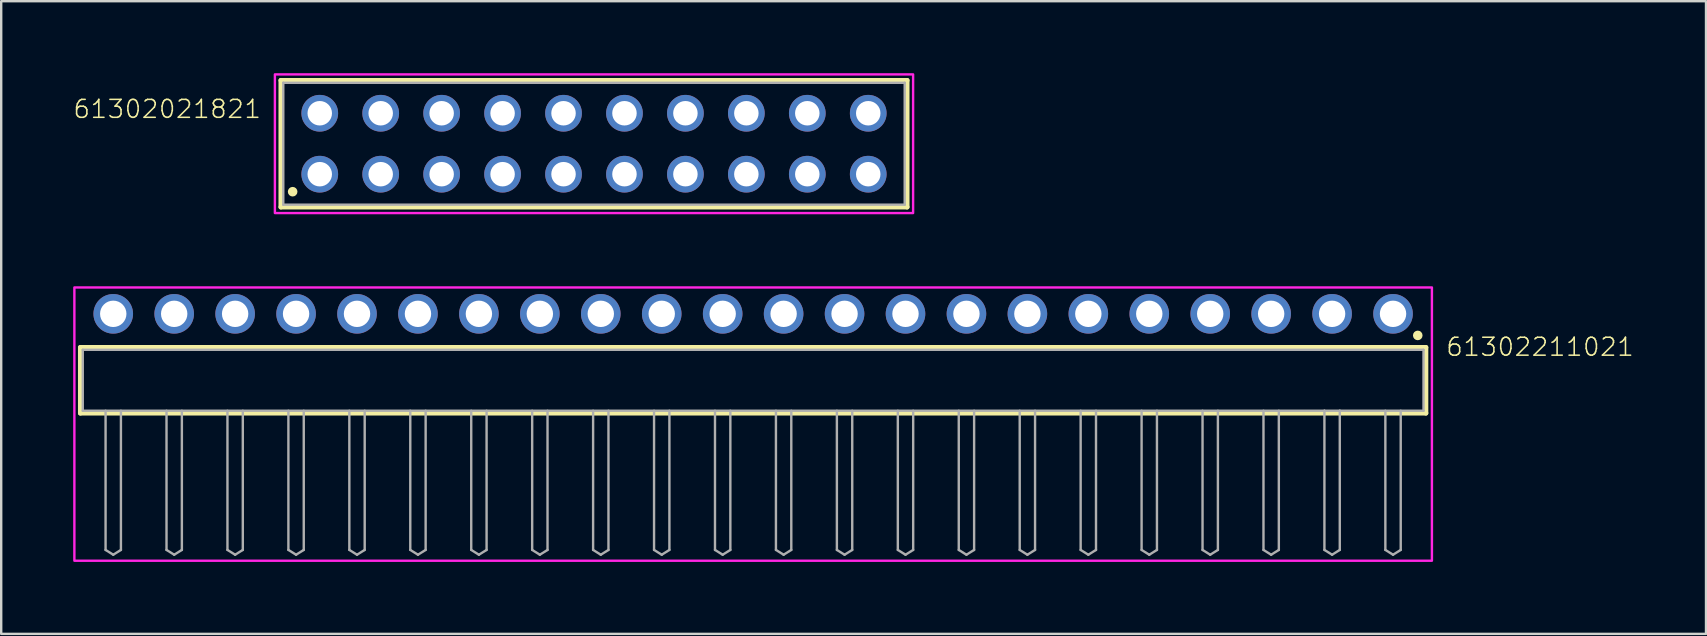
<source format=kicad_pcb>
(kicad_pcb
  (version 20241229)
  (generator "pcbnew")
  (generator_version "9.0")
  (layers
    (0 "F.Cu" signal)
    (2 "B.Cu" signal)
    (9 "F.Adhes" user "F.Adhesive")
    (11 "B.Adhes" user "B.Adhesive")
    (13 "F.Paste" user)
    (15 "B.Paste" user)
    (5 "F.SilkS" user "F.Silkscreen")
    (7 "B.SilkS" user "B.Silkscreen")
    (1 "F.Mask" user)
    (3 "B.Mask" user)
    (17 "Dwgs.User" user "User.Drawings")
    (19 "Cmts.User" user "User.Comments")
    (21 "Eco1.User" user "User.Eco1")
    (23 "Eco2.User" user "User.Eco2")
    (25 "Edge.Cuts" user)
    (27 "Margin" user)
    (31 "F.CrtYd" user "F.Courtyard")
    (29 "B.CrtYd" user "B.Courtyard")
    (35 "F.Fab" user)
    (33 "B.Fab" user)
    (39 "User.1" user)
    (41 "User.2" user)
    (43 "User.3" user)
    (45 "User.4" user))
  (footprint "61302021821"
    (layer "F.Cu")
    (at 21.707 2.94)
    (property "Reference" "61302021821" (at -13.828 -1.006 0) (unlocked yes) (layer "F.SilkS") (effects (font (size 0.748 0.748) (thickness 0.065)) (justify right bottom)))
    (fp_line (start -13.05 -2.64) (end 13.05 -2.64) (stroke (width 0.2) (type solid)) (layer "F.SilkS"))
    (fp_line (start -13.05 2.64) (end -13.05 -2.64) (stroke (width 0.2) (type solid)) (layer "F.SilkS"))
    (fp_line (start 13.05 -2.64) (end 13.05 2.64) (stroke (width 0.2) (type solid)) (layer "F.SilkS"))
    (fp_line (start 13.05 2.64) (end -13.05 2.64) (stroke (width 0.2) (type solid)) (layer "F.SilkS"))
    (fp_circle (center -12.56 2) (end -12.46 2) (stroke (width 0.2) (type solid)) (fill no) (layer "F.SilkS"))
    (fp_poly (pts (xy 13.3 2.89) (xy -13.3 2.89) (xy -13.3 -2.89) (xy 13.3 -2.89)) (stroke (width 0.1) (type default)) (fill no) (layer "F.CrtYd"))
    (fp_line (start -12.95 -2.54) (end -12.95 2.54) (stroke (width 0.1) (type solid)) (layer "F.Fab"))
    (fp_line (start -12.95 2.54) (end 12.95 2.54) (stroke (width 0.1) (type solid)) (layer "F.Fab"))
    (fp_line (start 12.95 -2.54) (end -12.95 -2.54) (stroke (width 0.1) (type solid)) (layer "F.Fab"))
    (fp_line (start 12.95 2.54) (end 12.95 -2.54) (stroke (width 0.1) (type solid)) (layer "F.Fab"))
    (pad "1" thru_hole circle (at -11.43 1.27) (size 1.53 1.53) (drill 1.02) (layers "*.Cu" "*.Mask"))
    (pad "2" thru_hole circle (at -11.43 -1.27) (size 1.53 1.53) (drill 1.02) (layers "*.Cu" "*.Mask"))
    (pad "3" thru_hole circle (at -8.89 1.27) (size 1.53 1.53) (drill 1.02) (layers "*.Cu" "*.Mask"))
    (pad "4" thru_hole circle (at -8.89 -1.27) (size 1.53 1.53) (drill 1.02) (layers "*.Cu" "*.Mask"))
    (pad "5" thru_hole circle (at -6.35 1.27) (size 1.53 1.53) (drill 1.02) (layers "*.Cu" "*.Mask"))
    (pad "6" thru_hole circle (at -6.35 -1.27) (size 1.53 1.53) (drill 1.02) (layers "*.Cu" "*.Mask"))
    (pad "7" thru_hole circle (at -3.81 1.27) (size 1.53 1.53) (drill 1.02) (layers "*.Cu" "*.Mask"))
    (pad "8" thru_hole circle (at -3.81 -1.27) (size 1.53 1.53) (drill 1.02) (layers "*.Cu" "*.Mask"))
    (pad "9" thru_hole circle (at -1.27 1.27) (size 1.53 1.53) (drill 1.02) (layers "*.Cu" "*.Mask"))
    (pad "10" thru_hole circle (at -1.27 -1.27) (size 1.53 1.53) (drill 1.02) (layers "*.Cu" "*.Mask"))
    (pad "11" thru_hole circle (at 1.27 1.27) (size 1.53 1.53) (drill 1.02) (layers "*.Cu" "*.Mask"))
    (pad "12" thru_hole circle (at 1.27 -1.27) (size 1.53 1.53) (drill 1.02) (layers "*.Cu" "*.Mask"))
    (pad "13" thru_hole circle (at 3.81 1.27) (size 1.53 1.53) (drill 1.02) (layers "*.Cu" "*.Mask"))
    (pad "14" thru_hole circle (at 3.81 -1.27) (size 1.53 1.53) (drill 1.02) (layers "*.Cu" "*.Mask"))
    (pad "15" thru_hole circle (at 6.35 1.27) (size 1.53 1.53) (drill 1.02) (layers "*.Cu" "*.Mask"))
    (pad "16" thru_hole circle (at 6.35 -1.27) (size 1.53 1.53) (drill 1.02) (layers "*.Cu" "*.Mask"))
    (pad "17" thru_hole circle (at 8.89 1.27) (size 1.53 1.53) (drill 1.02) (layers "*.Cu" "*.Mask"))
    (pad "18" thru_hole circle (at 8.89 -1.27) (size 1.53 1.53) (drill 1.02) (layers "*.Cu" "*.Mask"))
    (pad "19" thru_hole circle (at 11.43 1.27) (size 1.53 1.53) (drill 1.02) (layers "*.Cu" "*.Mask"))
    (pad "20" thru_hole circle (at 11.43 -1.27) (size 1.53 1.53) (drill 1.02) (layers "*.Cu" "*.Mask")))
  (footprint "61302211021"
    (layer "F.Cu")
    (at 28.34 12.8)
    (property "Reference" "61302211021" (at 28.835 -0.952 0) (unlocked yes) (layer "F.SilkS") (effects (font (size 0.748 0.748) (thickness 0.065)) (justify left bottom)))
    (fp_line (start -28.04 -1.37) (end 28.04 -1.37) (stroke (width 0.2) (type solid)) (layer "F.SilkS"))
    (fp_line (start -28.04 1.37) (end -28.04 -1.37) (stroke (width 0.2) (type solid)) (layer "F.SilkS"))
    (fp_line (start 28.04 -1.37) (end 28.04 1.37) (stroke (width 0.2) (type solid)) (layer "F.SilkS"))
    (fp_line (start 28.04 1.37) (end -28.04 1.37) (stroke (width 0.2) (type solid)) (layer "F.SilkS"))
    (fp_circle (center 27.7 -1.87) (end 27.8 -1.87) (stroke (width 0.2) (type solid)) (fill no) (layer "F.SilkS"))
    (fp_poly (pts (xy 28.29 7.52) (xy -28.29 7.52) (xy -28.29 -3.87) (xy 28.29 -3.87)) (stroke (width 0.1) (type default)) (fill no) (layer "F.CrtYd"))
    (fp_line (start -27.94 -1.27) (end 27.94 -1.27) (stroke (width 0.1) (type solid)) (layer "F.Fab"))
    (fp_line (start -27.94 1.27) (end -27.94 -1.27) (stroke (width 0.1) (type solid)) (layer "F.Fab"))
    (fp_line (start -26.99 1.27) (end -26.99 7.07) (stroke (width 0.1) (type solid)) (layer "F.Fab"))
    (fp_line (start -26.99 7.07) (end -26.67 7.27) (stroke (width 0.1) (type solid)) (layer "F.Fab"))
    (fp_line (start -26.67 7.27) (end -26.35 7.07) (stroke (width 0.1) (type solid)) (layer "F.Fab"))
    (fp_line (start -26.35 1.27) (end -26.35 7.07) (stroke (width 0.1) (type solid)) (layer "F.Fab"))
    (fp_line (start -24.45 1.27) (end -24.45 7.07) (stroke (width 0.1) (type solid)) (layer "F.Fab"))
    (fp_line (start -24.45 7.07) (end -24.13 7.27) (stroke (width 0.1) (type solid)) (layer "F.Fab"))
    (fp_line (start -24.13 7.27) (end -23.81 7.07) (stroke (width 0.1) (type solid)) (layer "F.Fab"))
    (fp_line (start -23.81 1.27) (end -23.81 7.07) (stroke (width 0.1) (type solid)) (layer "F.Fab"))
    (fp_line (start -21.91 1.27) (end -21.91 7.07) (stroke (width 0.1) (type solid)) (layer "F.Fab"))
    (fp_line (start -21.91 7.07) (end -21.59 7.27) (stroke (width 0.1) (type solid)) (layer "F.Fab"))
    (fp_line (start -21.59 7.27) (end -21.27 7.07) (stroke (width 0.1) (type solid)) (layer "F.Fab"))
    (fp_line (start -21.27 1.27) (end -21.27 7.07) (stroke (width 0.1) (type solid)) (layer "F.Fab"))
    (fp_line (start -19.37 1.27) (end -19.37 7.07) (stroke (width 0.1) (type solid)) (layer "F.Fab"))
    (fp_line (start -19.37 7.07) (end -19.05 7.27) (stroke (width 0.1) (type solid)) (layer "F.Fab"))
    (fp_line (start -19.05 7.27) (end -18.73 7.07) (stroke (width 0.1) (type solid)) (layer "F.Fab"))
    (fp_line (start -18.73 1.27) (end -18.73 7.07) (stroke (width 0.1) (type solid)) (layer "F.Fab"))
    (fp_line (start -16.83 1.27) (end -16.83 7.07) (stroke (width 0.1) (type solid)) (layer "F.Fab"))
    (fp_line (start -16.83 7.07) (end -16.51 7.27) (stroke (width 0.1) (type solid)) (layer "F.Fab"))
    (fp_line (start -16.51 7.27) (end -16.19 7.07) (stroke (width 0.1) (type solid)) (layer "F.Fab"))
    (fp_line (start -16.19 1.27) (end -16.19 7.07) (stroke (width 0.1) (type solid)) (layer "F.Fab"))
    (fp_line (start -14.29 1.27) (end -14.29 7.07) (stroke (width 0.1) (type solid)) (layer "F.Fab"))
    (fp_line (start -14.29 7.07) (end -13.97 7.27) (stroke (width 0.1) (type solid)) (layer "F.Fab"))
    (fp_line (start -13.97 7.27) (end -13.65 7.07) (stroke (width 0.1) (type solid)) (layer "F.Fab"))
    (fp_line (start -13.65 1.27) (end -13.65 7.07) (stroke (width 0.1) (type solid)) (layer "F.Fab"))
    (fp_line (start -11.75 1.27) (end -11.75 7.07) (stroke (width 0.1) (type solid)) (layer "F.Fab"))
    (fp_line (start -11.75 7.07) (end -11.43 7.27) (stroke (width 0.1) (type solid)) (layer "F.Fab"))
    (fp_line (start -11.43 7.27) (end -11.11 7.07) (stroke (width 0.1) (type solid)) (layer "F.Fab"))
    (fp_line (start -11.11 1.27) (end -11.11 7.07) (stroke (width 0.1) (type solid)) (layer "F.Fab"))
    (fp_line (start -9.21 1.27) (end -9.21 7.07) (stroke (width 0.1) (type solid)) (layer "F.Fab"))
    (fp_line (start -9.21 7.07) (end -8.89 7.27) (stroke (width 0.1) (type solid)) (layer "F.Fab"))
    (fp_line (start -8.89 7.27) (end -8.57 7.07) (stroke (width 0.1) (type solid)) (layer "F.Fab"))
    (fp_line (start -8.57 1.27) (end -8.57 7.07) (stroke (width 0.1) (type solid)) (layer "F.Fab"))
    (fp_line (start -6.67 1.27) (end -6.67 7.07) (stroke (width 0.1) (type solid)) (layer "F.Fab"))
    (fp_line (start -6.67 7.07) (end -6.35 7.27) (stroke (width 0.1) (type solid)) (layer "F.Fab"))
    (fp_line (start -6.35 7.27) (end -6.03 7.07) (stroke (width 0.1) (type solid)) (layer "F.Fab"))
    (fp_line (start -6.03 1.27) (end -6.03 7.07) (stroke (width 0.1) (type solid)) (layer "F.Fab"))
    (fp_line (start -4.13 1.27) (end -4.13 7.07) (stroke (width 0.1) (type solid)) (layer "F.Fab"))
    (fp_line (start -4.13 7.07) (end -3.81 7.27) (stroke (width 0.1) (type solid)) (layer "F.Fab"))
    (fp_line (start -3.81 7.27) (end -3.49 7.07) (stroke (width 0.1) (type solid)) (layer "F.Fab"))
    (fp_line (start -3.49 1.27) (end -3.49 7.07) (stroke (width 0.1) (type solid)) (layer "F.Fab"))
    (fp_line (start -1.59 1.27) (end -1.59 7.07) (stroke (width 0.1) (type solid)) (layer "F.Fab"))
    (fp_line (start -1.59 7.07) (end -1.27 7.27) (stroke (width 0.1) (type solid)) (layer "F.Fab"))
    (fp_line (start -1.27 7.27) (end -0.95 7.07) (stroke (width 0.1) (type solid)) (layer "F.Fab"))
    (fp_line (start -0.95 1.27) (end -0.95 7.07) (stroke (width 0.1) (type solid)) (layer "F.Fab"))
    (fp_line (start 0.95 1.27) (end 0.95 7.07) (stroke (width 0.1) (type solid)) (layer "F.Fab"))
    (fp_line (start 0.95 7.07) (end 1.27 7.27) (stroke (width 0.1) (type solid)) (layer "F.Fab"))
    (fp_line (start 1.27 7.27) (end 1.59 7.07) (stroke (width 0.1) (type solid)) (layer "F.Fab"))
    (fp_line (start 1.59 1.27) (end 1.59 7.07) (stroke (width 0.1) (type solid)) (layer "F.Fab"))
    (fp_line (start 3.49 1.27) (end 3.49 7.07) (stroke (width 0.1) (type solid)) (layer "F.Fab"))
    (fp_line (start 3.49 7.07) (end 3.81 7.27) (stroke (width 0.1) (type solid)) (layer "F.Fab"))
    (fp_line (start 3.81 7.27) (end 4.13 7.07) (stroke (width 0.1) (type solid)) (layer "F.Fab"))
    (fp_line (start 4.13 1.27) (end 4.13 7.07) (stroke (width 0.1) (type solid)) (layer "F.Fab"))
    (fp_line (start 6.03 1.27) (end 6.03 7.07) (stroke (width 0.1) (type solid)) (layer "F.Fab"))
    (fp_line (start 6.03 7.07) (end 6.35 7.27) (stroke (width 0.1) (type solid)) (layer "F.Fab"))
    (fp_line (start 6.35 7.27) (end 6.67 7.07) (stroke (width 0.1) (type solid)) (layer "F.Fab"))
    (fp_line (start 6.67 1.27) (end 6.67 7.07) (stroke (width 0.1) (type solid)) (layer "F.Fab"))
    (fp_line (start 8.57 1.27) (end 8.57 7.07) (stroke (width 0.1) (type solid)) (layer "F.Fab"))
    (fp_line (start 8.57 7.07) (end 8.89 7.27) (stroke (width 0.1) (type solid)) (layer "F.Fab"))
    (fp_line (start 8.89 7.27) (end 9.21 7.07) (stroke (width 0.1) (type solid)) (layer "F.Fab"))
    (fp_line (start 9.21 1.27) (end 9.21 7.07) (stroke (width 0.1) (type solid)) (layer "F.Fab"))
    (fp_line (start 11.11 1.27) (end 11.11 7.07) (stroke (width 0.1) (type solid)) (layer "F.Fab"))
    (fp_line (start 11.11 7.07) (end 11.43 7.27) (stroke (width 0.1) (type solid)) (layer "F.Fab"))
    (fp_line (start 11.43 7.27) (end 11.75 7.07) (stroke (width 0.1) (type solid)) (layer "F.Fab"))
    (fp_line (start 11.75 1.27) (end 11.75 7.07) (stroke (width 0.1) (type solid)) (layer "F.Fab"))
    (fp_line (start 13.65 1.27) (end 13.65 7.07) (stroke (width 0.1) (type solid)) (layer "F.Fab"))
    (fp_line (start 13.65 7.07) (end 13.97 7.27) (stroke (width 0.1) (type solid)) (layer "F.Fab"))
    (fp_line (start 13.97 7.27) (end 14.29 7.07) (stroke (width 0.1) (type solid)) (layer "F.Fab"))
    (fp_line (start 14.29 1.27) (end 14.29 7.07) (stroke (width 0.1) (type solid)) (layer "F.Fab"))
    (fp_line (start 16.19 1.27) (end 16.19 7.07) (stroke (width 0.1) (type solid)) (layer "F.Fab"))
    (fp_line (start 16.19 7.07) (end 16.51 7.27) (stroke (width 0.1) (type solid)) (layer "F.Fab"))
    (fp_line (start 16.51 7.27) (end 16.83 7.07) (stroke (width 0.1) (type solid)) (layer "F.Fab"))
    (fp_line (start 16.83 1.27) (end 16.83 7.07) (stroke (width 0.1) (type solid)) (layer "F.Fab"))
    (fp_line (start 18.73 1.27) (end 18.73 7.07) (stroke (width 0.1) (type solid)) (layer "F.Fab"))
    (fp_line (start 18.73 7.07) (end 19.05 7.27) (stroke (width 0.1) (type solid)) (layer "F.Fab"))
    (fp_line (start 19.05 7.27) (end 19.37 7.07) (stroke (width 0.1) (type solid)) (layer "F.Fab"))
    (fp_line (start 19.37 1.27) (end 19.37 7.07) (stroke (width 0.1) (type solid)) (layer "F.Fab"))
    (fp_line (start 21.27 1.27) (end 21.27 7.07) (stroke (width 0.1) (type solid)) (layer "F.Fab"))
    (fp_line (start 21.27 7.07) (end 21.59 7.27) (stroke (width 0.1) (type solid)) (layer "F.Fab"))
    (fp_line (start 21.59 7.27) (end 21.91 7.07) (stroke (width 0.1) (type solid)) (layer "F.Fab"))
    (fp_line (start 21.91 1.27) (end 21.91 7.07) (stroke (width 0.1) (type solid)) (layer "F.Fab"))
    (fp_line (start 23.81 1.27) (end -27.94 1.27) (stroke (width 0.1) (type solid)) (layer "F.Fab"))
    (fp_line (start 23.81 1.27) (end 23.81 7.07) (stroke (width 0.1) (type solid)) (layer "F.Fab"))
    (fp_line (start 23.81 7.07) (end 24.13 7.27) (stroke (width 0.1) (type solid)) (layer "F.Fab"))
    (fp_line (start 24.13 7.27) (end 24.45 7.07) (stroke (width 0.1) (type solid)) (layer "F.Fab"))
    (fp_line (start 24.45 1.27) (end 23.81 1.27) (stroke (width 0.1) (type solid)) (layer "F.Fab"))
    (fp_line (start 24.45 1.27) (end 24.45 7.07) (stroke (width 0.1) (type solid)) (layer "F.Fab"))
    (fp_line (start 26.35 1.27) (end 26.35 7.07) (stroke (width 0.1) (type solid)) (layer "F.Fab"))
    (fp_line (start 26.35 7.07) (end 26.67 7.27) (stroke (width 0.1) (type solid)) (layer "F.Fab"))
    (fp_line (start 26.67 7.27) (end 26.99 7.07) (stroke (width 0.1) (type solid)) (layer "F.Fab"))
    (fp_line (start 26.99 1.27) (end 26.99 7.07) (stroke (width 0.1) (type solid)) (layer "F.Fab"))
    (fp_line (start 27.94 -1.27) (end 27.94 1.27) (stroke (width 0.1) (type solid)) (layer "F.Fab"))
    (fp_line (start 27.94 1.27) (end 24.45 1.27) (stroke (width 0.1) (type solid)) (layer "F.Fab"))
    (pad "1" thru_hole circle (at 26.67 -2.77 180) (size 1.65 1.65) (drill 1.1) (layers "*.Cu" "*.Mask"))
    (pad "2" thru_hole circle (at 24.13 -2.77 180) (size 1.65 1.65) (drill 1.1) (layers "*.Cu" "*.Mask"))
    (pad "3" thru_hole circle (at 21.59 -2.77 180) (size 1.65 1.65) (drill 1.1) (layers "*.Cu" "*.Mask"))
    (pad "4" thru_hole circle (at 19.05 -2.77 180) (size 1.65 1.65) (drill 1.1) (layers "*.Cu" "*.Mask"))
    (pad "5" thru_hole circle (at 16.51 -2.77 180) (size 1.65 1.65) (drill 1.1) (layers "*.Cu" "*.Mask"))
    (pad "6" thru_hole circle (at 13.97 -2.77 180) (size 1.65 1.65) (drill 1.1) (layers "*.Cu" "*.Mask"))
    (pad "7" thru_hole circle (at 11.43 -2.77 180) (size 1.65 1.65) (drill 1.1) (layers "*.Cu" "*.Mask"))
    (pad "8" thru_hole circle (at 8.89 -2.77 180) (size 1.65 1.65) (drill 1.1) (layers "*.Cu" "*.Mask"))
    (pad "9" thru_hole circle (at 6.35 -2.77 180) (size 1.65 1.65) (drill 1.1) (layers "*.Cu" "*.Mask"))
    (pad "10" thru_hole circle (at 3.81 -2.77 180) (size 1.65 1.65) (drill 1.1) (layers "*.Cu" "*.Mask"))
    (pad "11" thru_hole circle (at 1.27 -2.77 180) (size 1.65 1.65) (drill 1.1) (layers "*.Cu" "*.Mask"))
    (pad "12" thru_hole circle (at -1.27 -2.77 180) (size 1.65 1.65) (drill 1.1) (layers "*.Cu" "*.Mask"))
    (pad "13" thru_hole circle (at -3.81 -2.77 180) (size 1.65 1.65) (drill 1.1) (layers "*.Cu" "*.Mask"))
    (pad "14" thru_hole circle (at -6.35 -2.77 180) (size 1.65 1.65) (drill 1.1) (layers "*.Cu" "*.Mask"))
    (pad "15" thru_hole circle (at -8.89 -2.77 180) (size 1.65 1.65) (drill 1.1) (layers "*.Cu" "*.Mask"))
    (pad "16" thru_hole circle (at -11.43 -2.77 180) (size 1.65 1.65) (drill 1.1) (layers "*.Cu" "*.Mask"))
    (pad "17" thru_hole circle (at -13.97 -2.77 180) (size 1.65 1.65) (drill 1.1) (layers "*.Cu" "*.Mask"))
    (pad "18" thru_hole circle (at -16.51 -2.77 180) (size 1.65 1.65) (drill 1.1) (layers "*.Cu" "*.Mask"))
    (pad "19" thru_hole circle (at -19.05 -2.77 180) (size 1.65 1.65) (drill 1.1) (layers "*.Cu" "*.Mask"))
    (pad "20" thru_hole circle (at -21.59 -2.77 180) (size 1.65 1.65) (drill 1.1) (layers "*.Cu" "*.Mask"))
    (pad "21" thru_hole circle (at -24.13 -2.77 180) (size 1.65 1.65) (drill 1.1) (layers "*.Cu" "*.Mask"))
    (pad "22" thru_hole circle (at -26.67 -2.77 180) (size 1.65 1.65) (drill 1.1) (layers "*.Cu" "*.Mask")))
  (gr_rect
    (start -3 -3)
    (end 68.054 23.37)
    (stroke (width 0.1) (type default))
    (fill no)
    (layer "Edge.Cuts")))
</source>
